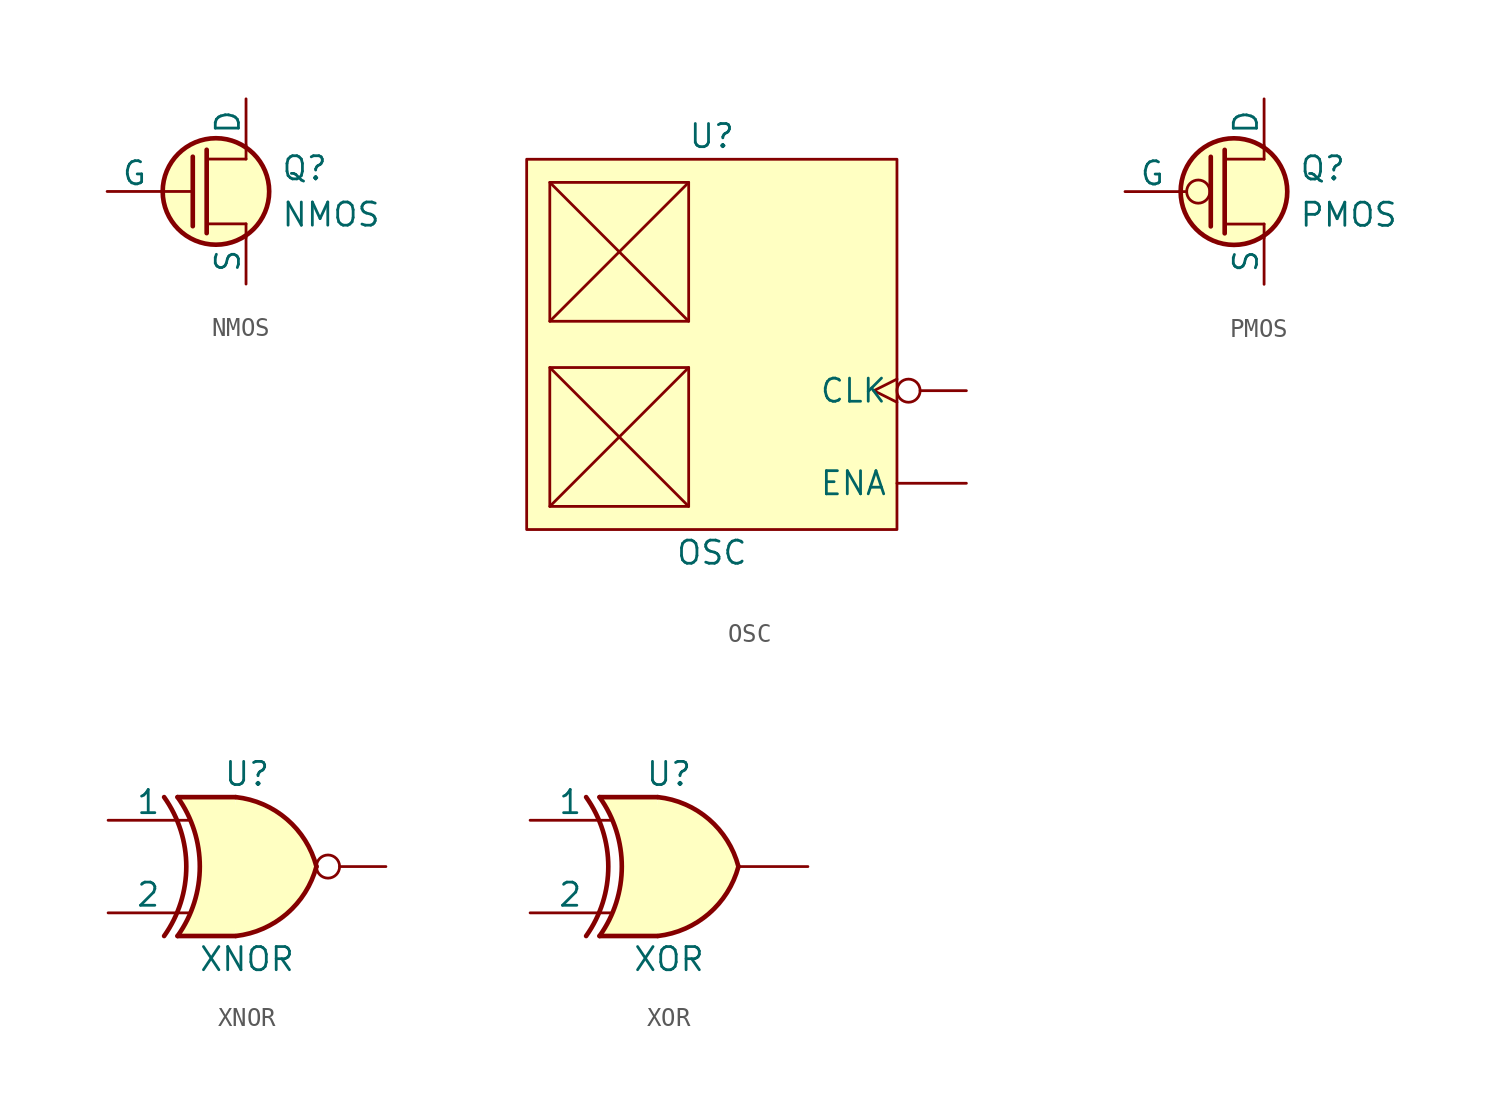
<source format=kicad_sym>
(kicad_symbol_lib
  (version 20211014)
  (generator kicad_symbol_editor)
  (symbol "NMOS"
    (pin_numbers hide)
    (pin_names
      (offset 0))
    (property "Reference" "Q"
      (at 4.445 1.27 0)
      (effects (font (size 1.27 1.27)) (justify left)))
    (property "Value" "NMOS"
      (at 4.445 -1.27 0)
      (effects (font (size 1.27 1.27)) (justify left)))
    (symbol "NMOS_0_1"
      (polyline (pts (xy -2.083 0) (xy -0.381 0)) (stroke (width 0) (type default) (color 0 0 0 0)) (fill (type none)))
      (polyline (pts (xy -0.381 1.905) (xy -0.381 -1.905)) (stroke (width 0.254) (type default) (color 0 0 0 0)) (fill (type none)))
      (polyline (pts (xy 0.381 -2.286) (xy 0.381 2.286)) (stroke (width 0.254) (type default) (color 0 0 0 0)) (fill (type none)))
      (polyline (pts (xy 0.381 -1.778) (xy 2.54 -1.778)) (stroke (width 0) (type default) (color 0 0 0 0)) (fill (type none)))
      (polyline (pts (xy 0.381 1.778) (xy 2.54 1.778)) (stroke (width 0) (type default) (color 0 0 0 0)) (fill (type none)))
      (polyline (pts (xy 2.54 -2.54) (xy 2.54 -1.778)) (stroke (width 0) (type default) (color 0 0 0 0)) (fill (type none)))
      (polyline (pts (xy 2.54 2.54) (xy 2.54 1.778)) (stroke (width 0) (type default) (color 0 0 0 0)) (fill (type none)))
      (circle (center 0.889 0) (radius 2.921) (stroke (width 0.254) (type default) (color 0 0 0 0)) (fill (type background))))
    (symbol "NMOS_1_1"
      (pin passive line (at 2.54 5.08 270) (length 2.54) (name "D" (effects (font (size 1.27 1.27)))) (number "1" (effects (font (size 1.27 1.27)))))
      (pin input line (at -5.08 0 0) (length 3) (name "G" (effects (font (size 1.27 1.27)))) (number "2" (effects (font (size 1.27 1.27)))))
      (pin passive line (at 2.54 -5.08 90) (length 2.54) (name "S" (effects (font (size 1.27 1.27)))) (number "3" (effects (font (size 1.27 1.27)))))))
  (symbol "OSC"
    (pin_numbers hide)
    (property "Reference" "U"
      (at 0 11.43 0)
      (effects (font (size 1.27 1.27))))
    (property "Value" "OSC"
      (at 0 -11.43 0)
      (effects (font (size 1.27 1.27))))
    (symbol "OSC_0_1"
      (rectangle (start -10.16 10.16) (end 10.16 -10.16) (stroke (width 0) (type default) (color 0 0 0 0)) (fill (type background)))
      (rectangle (start -8.89 -1.27) (end -1.27 -8.89) (stroke (width 0) (type default) (color 0 0 0 0)) (fill (type none)))
      (rectangle (start -8.89 8.89) (end -1.27 1.27) (stroke (width 0) (type default) (color 0 0 0 0)) (fill (type none)))
      (polyline (pts (xy -8.89 -8.89) (xy -1.27 -1.27)) (stroke (width 0) (type default) (color 0 0 0 0)) (fill (type none)))
      (polyline (pts (xy -8.89 8.89) (xy -1.27 1.27)) (stroke (width 0) (type default) (color 0 0 0 0)) (fill (type none)))
      (polyline (pts (xy -1.27 -8.89) (xy -8.89 -1.27)) (stroke (width 0) (type default) (color 0 0 0 0)) (fill (type none)))
      (polyline (pts (xy -1.27 8.89) (xy -8.89 1.27)) (stroke (width 0) (type default) (color 0 0 0 0)) (fill (type none))))
    (symbol "OSC_1_1"
      (pin output inverted_clock (at 13.97 -2.54 180) (length 3.81) (name "CLK" (effects (font (size 1.27 1.27)))) (number "1" (effects (font (size 1.27 1.27)))))
      (pin input line (at 13.97 -7.62 180) (length 3.81) (name "ENA" (effects (font (size 1.27 1.27)))) (number "2" (effects (font (size 1.27 1.27)))))))
  (symbol "PMOS"
    (pin_numbers hide)
    (pin_names
      (offset 0))
    (property "Reference" "Q"
      (at 4.445 1.27 0)
      (effects (font (size 1.27 1.27)) (justify left)))
    (property "Value" "PMOS"
      (at 4.445 -1.27 0)
      (effects (font (size 1.27 1.27)) (justify left)))
    (symbol "PMOS_0_1"
      (circle (center -1.067 0) (radius 0.635) (stroke (width 0) (type default) (color 0 0 0 0)) (fill (type none)))
      (polyline (pts (xy -2.083 0) (xy -1.727 0)) (stroke (width 0) (type default) (color 0 0 0 0)) (fill (type none)))
      (polyline (pts (xy -0.381 1.905) (xy -0.381 -1.905)) (stroke (width 0.254) (type default) (color 0 0 0 0)) (fill (type none)))
      (polyline (pts (xy 0.381 -2.286) (xy 0.381 2.286)) (stroke (width 0.254) (type default) (color 0 0 0 0)) (fill (type none)))
      (polyline (pts (xy 0.381 -1.778) (xy 2.54 -1.778)) (stroke (width 0) (type default) (color 0 0 0 0)) (fill (type none)))
      (polyline (pts (xy 0.381 1.778) (xy 2.54 1.778)) (stroke (width 0) (type default) (color 0 0 0 0)) (fill (type none)))
      (polyline (pts (xy 2.54 -2.54) (xy 2.54 -1.778)) (stroke (width 0) (type default) (color 0 0 0 0)) (fill (type none)))
      (polyline (pts (xy 2.54 2.54) (xy 2.54 1.778)) (stroke (width 0) (type default) (color 0 0 0 0)) (fill (type none)))
      (circle (center 0.889 0) (radius 2.921) (stroke (width 0.254) (type default) (color 0 0 0 0)) (fill (type background))))
    (symbol "PMOS_1_1"
      (pin passive line (at 2.54 5.08 270) (length 2.54) (name "D" (effects (font (size 1.27 1.27)))) (number "1" (effects (font (size 1.27 1.27)))))
      (pin input line (at -5.08 0 0) (length 3) (name "G" (effects (font (size 1.27 1.27)))) (number "2" (effects (font (size 1.27 1.27)))))
      (pin passive line (at 2.54 -5.08 90) (length 2.54) (name "S" (effects (font (size 1.27 1.27)))) (number "3" (effects (font (size 1.27 1.27)))))))
  (symbol "XNOR"
    (pin_numbers hide)
    (pin_names
      (offset 0))
    (property "Reference" "U"
      (at 0 5.08 0)
      (effects (font (size 1.27 1.27))))
    (property "Value" "XNOR"
      (at 0 -5.08 0)
      (effects (font (size 1.27 1.27))))
    (symbol "XNOR_1_0"
      (arc (start -4.5468 -3.81) (mid -3.3305 0) (end -4.5468 3.81) (stroke (width 0.254) (type default) (color 0 0 0 0)) (fill (type none))))
    (symbol "XNOR_1_1"
      (arc (start -3.8102 -3.81) (mid -2.5892 0) (end -3.8102 3.81) (stroke (width 0.254) (type default) (color 0 0 0 0)) (fill (type none)))
      (arc (start -0.6098 -3.81) (mid 2.1853 -2.584) (end 3.8098 0) (stroke (width 0.254) (type default) (color 0 0 0 0)) (fill (type background)))
      (polyline (pts (xy -3.81 -3.81) (xy -0.635 -3.81)) (stroke (width 0.254) (type default) (color 0 0 0 0)) (fill (type background)))
      (polyline (pts (xy -3.81 3.81) (xy -0.635 3.81)) (stroke (width 0.254) (type default) (color 0 0 0 0)) (fill (type background)))
      (polyline (pts (xy -0.635 3.81) (xy -3.81 3.81) (xy -3.81 3.81) (xy -3.556 3.404) (xy -3.023 2.261) (xy -2.693 1.041) (xy -2.616 -0.254) (xy -2.769 -1.499) (xy -3.175 -2.718) (xy -3.81 -3.81) (xy -3.81 -3.81) (xy -0.635 -3.81)) (stroke (width -25.4) (type default) (color 0 0 0 0)) (fill (type background)))
      (arc (start 3.8098 0) (mid 2.1926 2.5925) (end -0.6098 3.81) (stroke (width 0.254) (type default) (color 0 0 0 0)) (fill (type background)))
      (pin output inverted (at 7.62 0 180) (length 3.81) (name "~" (effects (font (size 1.27 1.27)))) (number "1" (effects (font (size 0 0)))))
      (pin input line (at -7.62 2.54 0) (length 4.4) (name "1" (effects (font (size 1.27 1.27)))) (number "2" (effects (font (size 1.27 1.27)))))
      (pin input line (at -7.62 -2.54 0) (length 4.4) (name "2" (effects (font (size 1.27 1.27)))) (number "3" (effects (font (size 1.27 1.27)))))))
  (symbol "XOR"
    (pin_numbers hide)
    (pin_names
      (offset 0))
    (property "Reference" "U"
      (at 0 5.08 0)
      (effects (font (size 1.27 1.27))))
    (property "Value" "XOR"
      (at 0 -5.08 0)
      (effects (font (size 1.27 1.27))))
    (symbol "XOR_1_0"
      (arc (start -4.5468 -3.81) (mid -3.3305 0) (end -4.5468 3.81) (stroke (width 0.254) (type default) (color 0 0 0 0)) (fill (type none))))
    (symbol "XOR_1_1"
      (arc (start -3.8102 -3.81) (mid -2.5892 0) (end -3.8102 3.81) (stroke (width 0.254) (type default) (color 0 0 0 0)) (fill (type none)))
      (arc (start -0.6098 -3.81) (mid 2.1853 -2.584) (end 3.8098 0) (stroke (width 0.254) (type default) (color 0 0 0 0)) (fill (type background)))
      (polyline (pts (xy -3.81 -3.81) (xy -0.635 -3.81)) (stroke (width 0.254) (type default) (color 0 0 0 0)) (fill (type background)))
      (polyline (pts (xy -3.81 3.81) (xy -0.635 3.81)) (stroke (width 0.254) (type default) (color 0 0 0 0)) (fill (type background)))
      (polyline (pts (xy -0.635 3.81) (xy -3.81 3.81) (xy -3.81 3.81) (xy -3.556 3.404) (xy -3.023 2.261) (xy -2.693 1.041) (xy -2.616 -0.254) (xy -2.769 -1.499) (xy -3.175 -2.718) (xy -3.81 -3.81) (xy -3.81 -3.81) (xy -0.635 -3.81)) (stroke (width -25.4) (type default) (color 0 0 0 0)) (fill (type background)))
      (arc (start 3.8098 0) (mid 2.1926 2.5925) (end -0.6098 3.81) (stroke (width 0.254) (type default) (color 0 0 0 0)) (fill (type background)))
      (pin output line (at 7.62 0 180) (length 3.81) (name "~" (effects (font (size 1.27 1.27)))) (number "1" (effects (font (size 0 0)))))
      (pin input line (at -7.62 2.54 0) (length 4.4) (name "1" (effects (font (size 1.27 1.27)))) (number "2" (effects (font (size 1.27 1.27)))))
      (pin input line (at -7.62 -2.54 0) (length 4.4) (name "2" (effects (font (size 1.27 1.27)))) (number "3" (effects (font (size 1.27 1.27))))))))
</source>
